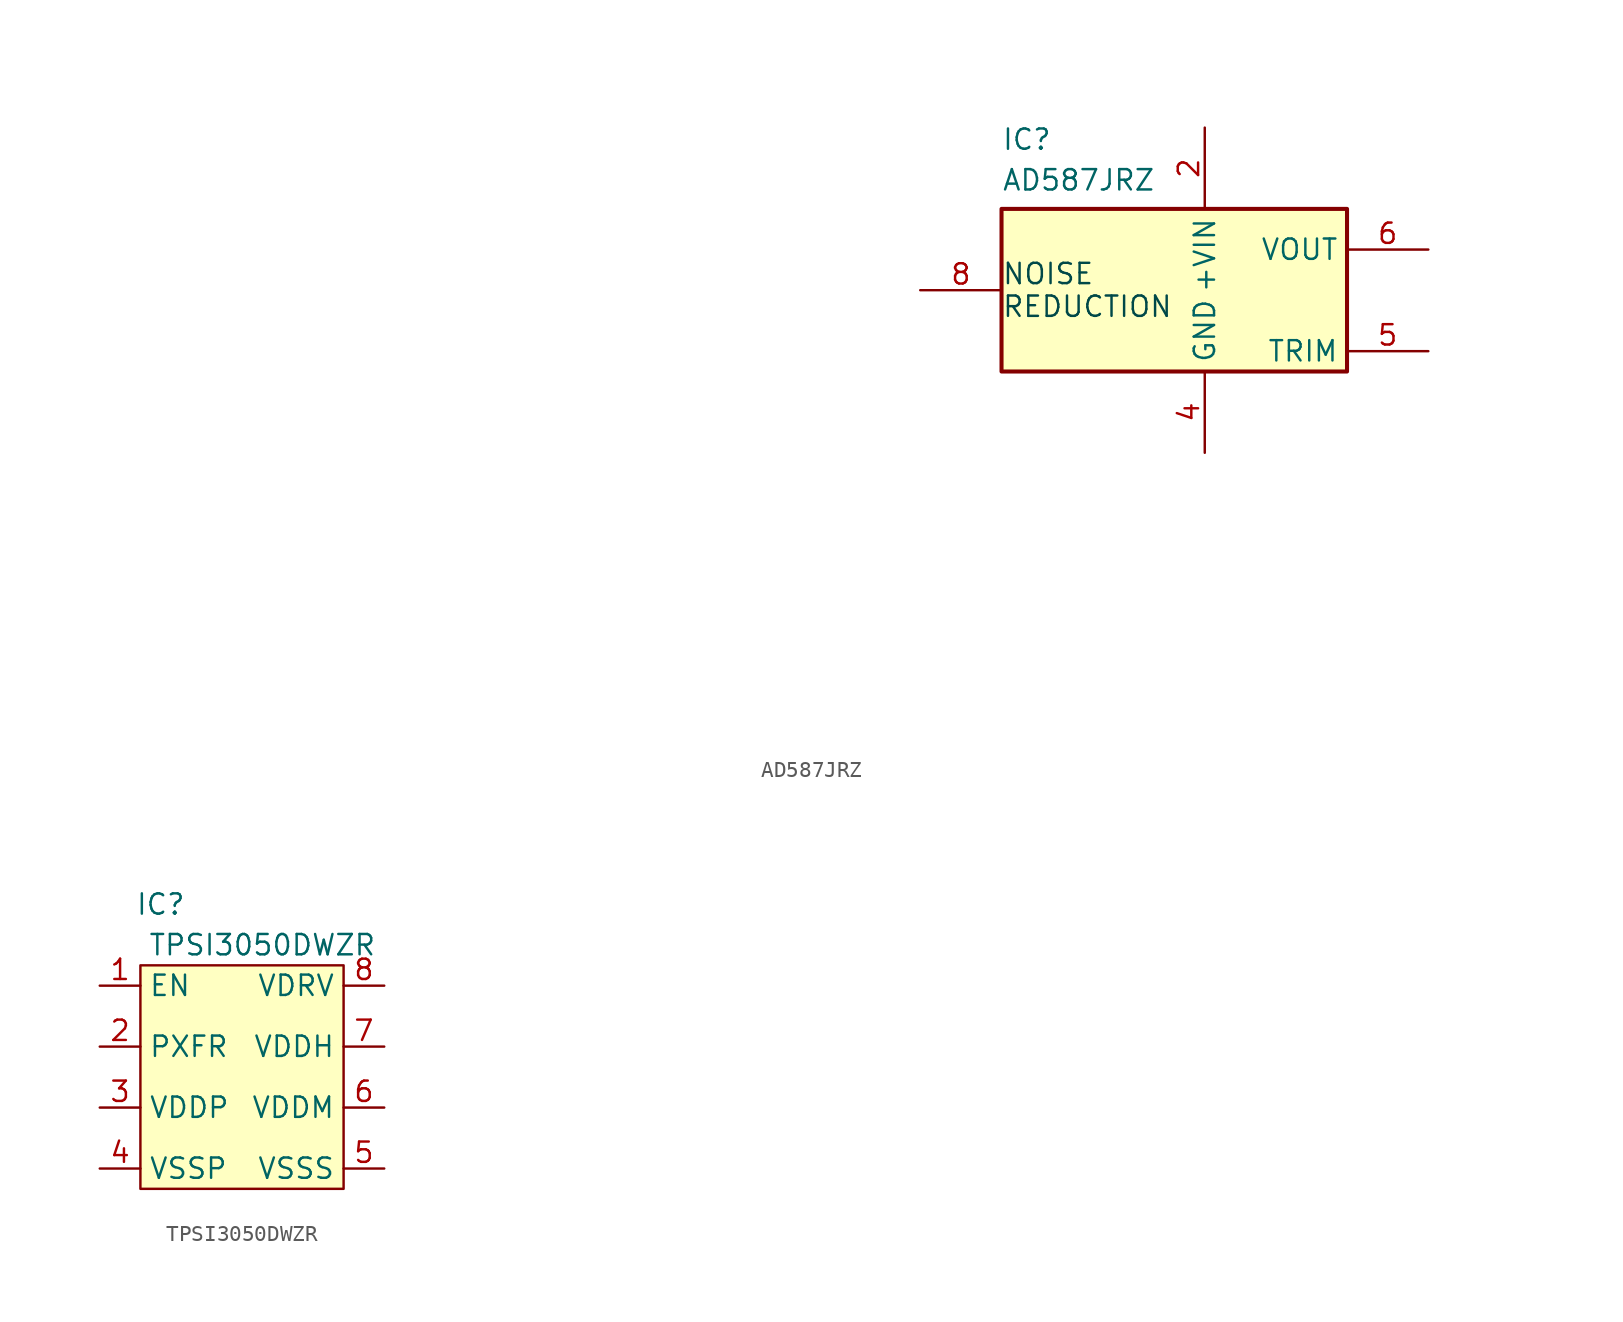
<source format=kicad_sym>
(kicad_symbol_lib
  (version 20220914)
  (generator kicad_symbol_editor)
  (symbol "AD587JRZ"
    (property "Reference" "IC"
      (at -12.7 10.16 0)
      (effects (font (size 1.27 1.27)) (justify left top)))
    (property "Value" "AD587JRZ"
      (at -12.7 7.62 0)
      (effects (font (size 1.27 1.27)) (justify left top)))
    (symbol "AD587JRZ_1_1"
      (rectangle (start -12.7 5.08) (end 8.89 -5.08) (stroke (width 0.254) (type default)) (fill (type background)))
      (text "NOISE\nREDUCTION" (at -12.7 0 0) (effects (font (size 1.27 1.27) (color 0 72 72 1)) (justify left)))
      (pin no_connect line (at -53.34 -5.08 0) (length 5.08) hide (name "TP_1" (effects (font (size 1.27 1.27)))) (number "1" (effects (font (size 1.27 1.27)))))
      (pin passive line (at 0 10.16 270) (length 5.08) (name "+VIN" (effects (font (size 1.27 1.27)))) (number "2" (effects (font (size 1.27 1.27)))))
      (pin no_connect line (at -58.42 -12.7 0) (length 5.08) hide (name "TP_2" (effects (font (size 1.27 1.27)))) (number "3" (effects (font (size 1.27 1.27)))))
      (pin passive line (at 0 -10.16 90) (length 5.08) (name "GND" (effects (font (size 1.27 1.27)))) (number "4" (effects (font (size 1.27 1.27)))))
      (pin passive line (at 13.97 -3.81 180) (length 5.08) (name "TRIM" (effects (font (size 1.27 1.27)))) (number "5" (effects (font (size 1.27 1.27)))))
      (pin passive line (at 13.97 2.54 180) (length 5.08) (name "VOUT" (effects (font (size 1.27 1.27)))) (number "6" (effects (font (size 1.27 1.27)))))
      (pin no_connect line (at -58.42 -25.4 180) (length 5.08) hide (name "TP_3" (effects (font (size 1.27 1.27)))) (number "7" (effects (font (size 1.27 1.27)))))
      (pin passive line (at -17.78 0 0) (length 5.08) (name "" (effects (font (size 1.27 1.27)))) (number "8" (effects (font (size 1.27 1.27)))))))
  (symbol "TPSI3050DWZR"
    (property "Reference" "IC"
      (at -5.08 10.16 0)
      (effects (font (size 1.27 1.27))))
    (property "Value" "TPSI3050DWZR"
      (at 1.27 7.62 0)
      (effects (font (size 1.27 1.27))))
    (symbol "TPSI3050DWZR_1_1"
      (rectangle (start -6.35 6.35) (end 6.35 -7.62) (stroke (width 0) (type default)) (fill (type background)))
      (pin input line (at -8.89 5.08 0) (length 2.54) (name "EN" (effects (font (size 1.27 1.27)))) (number "1" (effects (font (size 1.27 1.27)))))
      (pin passive line (at -8.89 1.27 0) (length 2.54) (name "PXFR" (effects (font (size 1.27 1.27)))) (number "2" (effects (font (size 1.27 1.27)))))
      (pin power_in line (at -8.89 -2.54 0) (length 2.54) (name "VDDP" (effects (font (size 1.27 1.27)))) (number "3" (effects (font (size 1.27 1.27)))))
      (pin power_in line (at -8.89 -6.35 0) (length 2.54) (name "VSSP" (effects (font (size 1.27 1.27)))) (number "4" (effects (font (size 1.27 1.27)))))
      (pin output line (at 8.89 -6.35 180) (length 2.54) (name "VSSS" (effects (font (size 1.27 1.27)))) (number "5" (effects (font (size 1.27 1.27)))))
      (pin output line (at 8.89 -2.54 180) (length 2.54) (name "VDDM" (effects (font (size 1.27 1.27)))) (number "6" (effects (font (size 1.27 1.27)))))
      (pin output line (at 8.89 1.27 180) (length 2.54) (name "VDDH" (effects (font (size 1.27 1.27)))) (number "7" (effects (font (size 1.27 1.27)))))
      (pin output line (at 8.89 5.08 180) (length 2.54) (name "VDRV" (effects (font (size 1.27 1.27)))) (number "8" (effects (font (size 1.27 1.27))))))))
</source>
